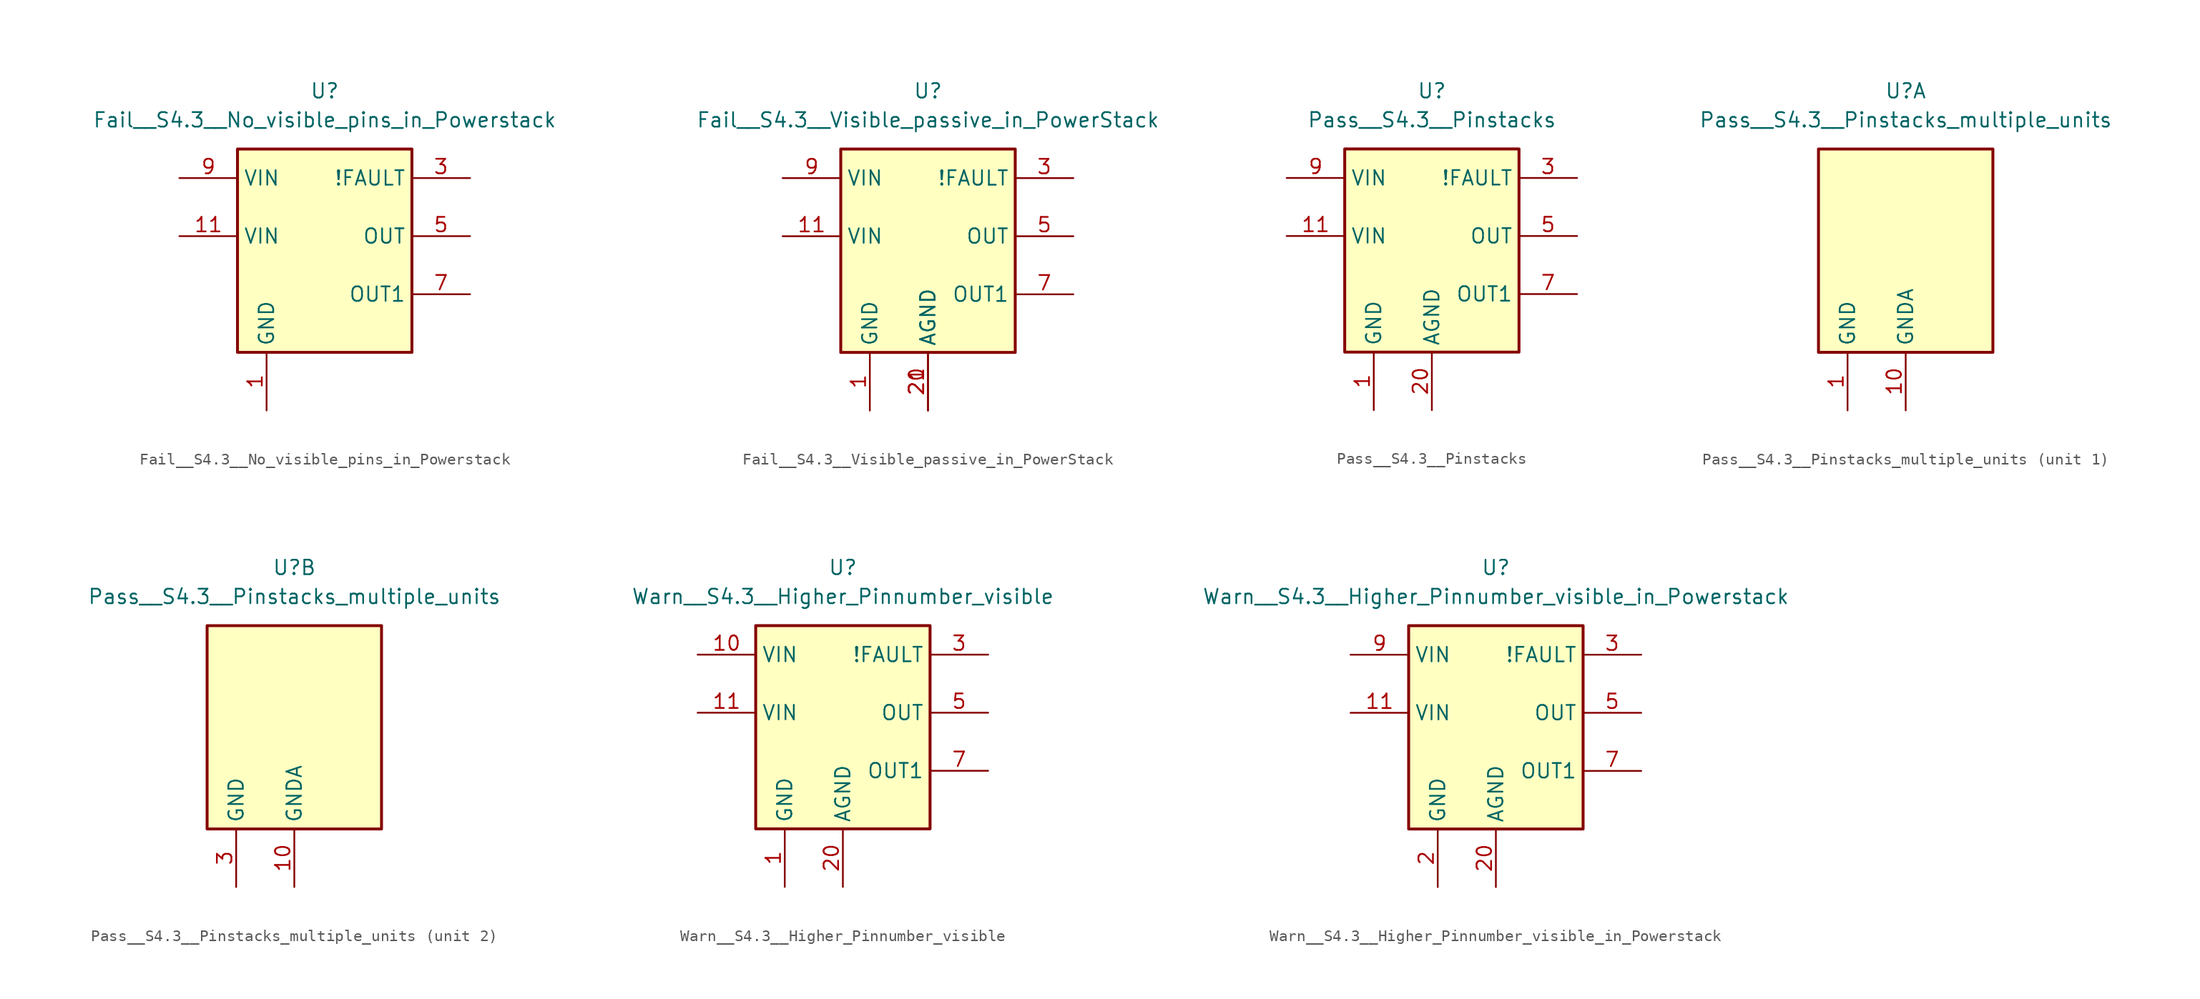
<source format=kicad_sym>
(kicad_symbol_lib
  (version 20201005)
  (generator kicad_symbol_editor)
  (symbol "CI_Test_S4.3:Fail__S4.3__No_visible_pins_in_Powerstack"
    (property "Reference" "U"
      (at 0 12.7 0)
      (effects (font (size 1.27 1.27))))
    (property "Value" "Fail__S4.3__No_visible_pins_in_Powerstack"
      (at 0 10.16 0)
      (effects (font (size 1.27 1.27))))
    (symbol "Fail__S4.3__No_visible_pins_in_Powerstack_0_1"
      (rectangle (start -7.62 7.62) (end 7.62 -10.16) (stroke (width 0.254)) (fill (type background))))
    (symbol "Fail__S4.3__No_visible_pins_in_Powerstack_1_1"
      (pin power_in line (at -5.08 -15.24 90) (length 5.08) (name "GND" (effects (font (size 1.27 1.27)))) (number "1" (effects (font (size 1.27 1.27)))))
      (pin passive line (at -5.08 -15.24 90) (length 5.08) hide (name "GND" (effects (font (size 1.27 1.27)))) (number "2" (effects (font (size 1.27 1.27)))))
      (pin open_collector line (at 12.7 5.08 180) (length 5.08) hide (name "!FAULT" (effects (font (size 1.27 1.27)))) (number "4" (effects (font (size 1.27 1.27)))))
      (pin open_collector line (at 12.7 5.08 180) (length 5.08) (name "!FAULT" (effects (font (size 1.27 1.27)))) (number "3" (effects (font (size 1.27 1.27)))))
      (pin output line (at 12.7 0 180) (length 5.08) hide (name "OUT" (effects (font (size 1.27 1.27)))) (number "6" (effects (font (size 1.27 1.27)))))
      (pin output line (at 12.7 0 180) (length 5.08) (name "OUT" (effects (font (size 1.27 1.27)))) (number "5" (effects (font (size 1.27 1.27)))))
      (pin passive line (at 12.7 -5.08 180) (length 5.08) hide (name "OUT1" (effects (font (size 1.27 1.27)))) (number "8" (effects (font (size 1.27 1.27)))))
      (pin output line (at 12.7 -5.08 180) (length 5.08) (name "OUT1" (effects (font (size 1.27 1.27)))) (number "7" (effects (font (size 1.27 1.27)))))
      (pin power_in line (at -12.7 5.08 0) (length 5.08) (name "VIN" (effects (font (size 1.27 1.27)))) (number "9" (effects (font (size 1.27 1.27)))))
      (pin power_in line (at -12.7 5.08 0) (length 5.08) hide (name "VIN" (effects (font (size 1.27 1.27)))) (number "10" (effects (font (size 1.27 1.27)))))
      (pin power_in line (at -12.7 0 0) (length 5.08) (name "VIN" (effects (font (size 1.27 1.27)))) (number "11" (effects (font (size 1.27 1.27)))))
      (pin passive line (at -12.7 0 0) (length 5.08) hide (name "VIN" (effects (font (size 1.27 1.27)))) (number "12" (effects (font (size 1.27 1.27)))))
      (pin power_in line (at 0 -15.24 90) (length 5.08) hide (name "AGND" (effects (font (size 1.27 1.27)))) (number "20" (effects (font (size 1.27 1.27)))))
      (pin passive line (at 0 -15.24 90) (length 5.08) hide (name "AGND" (effects (font (size 1.27 1.27)))) (number "21" (effects (font (size 1.27 1.27)))))
      (pin passive line (at 0 -15.24 90) (length 5.08) hide (name "AGND" (effects (font (size 1.27 1.27)))) (number "22" (effects (font (size 1.27 1.27)))))))
  (symbol "CI_Test_S4.3:Fail__S4.3__Visible_passive_in_PowerStack"
    (property "Reference" "U"
      (at 0 12.7 0)
      (effects (font (size 1.27 1.27))))
    (property "Value" "Fail__S4.3__Visible_passive_in_PowerStack"
      (at 0 10.16 0)
      (effects (font (size 1.27 1.27))))
    (symbol "Fail__S4.3__Visible_passive_in_PowerStack_0_1"
      (rectangle (start -7.62 7.62) (end 7.62 -10.16) (stroke (width 0.254)) (fill (type background))))
    (symbol "Fail__S4.3__Visible_passive_in_PowerStack_1_1"
      (pin power_in line (at -5.08 -15.24 90) (length 5.08) (name "GND" (effects (font (size 1.27 1.27)))) (number "1" (effects (font (size 1.27 1.27)))))
      (pin passive line (at -5.08 -15.24 90) (length 5.08) hide (name "GND" (effects (font (size 1.27 1.27)))) (number "2" (effects (font (size 1.27 1.27)))))
      (pin open_collector line (at 12.7 5.08 180) (length 5.08) hide (name "!FAULT" (effects (font (size 1.27 1.27)))) (number "4" (effects (font (size 1.27 1.27)))))
      (pin open_collector line (at 12.7 5.08 180) (length 5.08) (name "!FAULT" (effects (font (size 1.27 1.27)))) (number "3" (effects (font (size 1.27 1.27)))))
      (pin output line (at 12.7 0 180) (length 5.08) hide (name "OUT" (effects (font (size 1.27 1.27)))) (number "6" (effects (font (size 1.27 1.27)))))
      (pin output line (at 12.7 0 180) (length 5.08) (name "OUT" (effects (font (size 1.27 1.27)))) (number "5" (effects (font (size 1.27 1.27)))))
      (pin passive line (at 12.7 -5.08 180) (length 5.08) hide (name "OUT1" (effects (font (size 1.27 1.27)))) (number "8" (effects (font (size 1.27 1.27)))))
      (pin output line (at 12.7 -5.08 180) (length 5.08) (name "OUT1" (effects (font (size 1.27 1.27)))) (number "7" (effects (font (size 1.27 1.27)))))
      (pin power_in line (at -12.7 5.08 0) (length 5.08) (name "VIN" (effects (font (size 1.27 1.27)))) (number "9" (effects (font (size 1.27 1.27)))))
      (pin power_in line (at -12.7 5.08 0) (length 5.08) hide (name "VIN" (effects (font (size 1.27 1.27)))) (number "10" (effects (font (size 1.27 1.27)))))
      (pin power_in line (at -12.7 0 0) (length 5.08) (name "VIN" (effects (font (size 1.27 1.27)))) (number "11" (effects (font (size 1.27 1.27)))))
      (pin passive line (at -12.7 0 0) (length 5.08) hide (name "VIN" (effects (font (size 1.27 1.27)))) (number "12" (effects (font (size 1.27 1.27)))))
      (pin power_in line (at 0 -15.24 90) (length 5.08) (name "AGND" (effects (font (size 1.27 1.27)))) (number "20" (effects (font (size 1.27 1.27)))))
      (pin passive line (at 0 -15.24 90) (length 5.08) (name "AGND" (effects (font (size 1.27 1.27)))) (number "21" (effects (font (size 1.27 1.27)))))
      (pin passive line (at 0 -15.24 90) (length 5.08) hide (name "AGND" (effects (font (size 1.27 1.27)))) (number "22" (effects (font (size 1.27 1.27)))))))
  (symbol "CI_Test_S4.3:Pass__S4.3__Pinstacks"
    (property "Reference" "U"
      (at 0 12.7 0)
      (effects (font (size 1.27 1.27))))
    (property "Value" "Pass__S4.3__Pinstacks"
      (at 0 10.16 0)
      (effects (font (size 1.27 1.27))))
    (symbol "Pass__S4.3__Pinstacks_0_1"
      (rectangle (start -7.62 7.62) (end 7.62 -10.16) (stroke (width 0.254)) (fill (type background))))
    (symbol "Pass__S4.3__Pinstacks_1_1"
      (pin power_in line (at -5.08 -15.24 90) (length 5.08) (name "GND" (effects (font (size 1.27 1.27)))) (number "1" (effects (font (size 1.27 1.27)))))
      (pin passive line (at -5.08 -15.24 90) (length 5.08) hide (name "GND" (effects (font (size 1.27 1.27)))) (number "2" (effects (font (size 1.27 1.27)))))
      (pin open_collector line (at 12.7 5.08 180) (length 5.08) hide (name "!FAULT" (effects (font (size 1.27 1.27)))) (number "4" (effects (font (size 1.27 1.27)))))
      (pin open_collector line (at 12.7 5.08 180) (length 5.08) (name "!FAULT" (effects (font (size 1.27 1.27)))) (number "3" (effects (font (size 1.27 1.27)))))
      (pin output line (at 12.7 0 180) (length 5.08) hide (name "OUT" (effects (font (size 1.27 1.27)))) (number "6" (effects (font (size 1.27 1.27)))))
      (pin output line (at 12.7 0 180) (length 5.08) (name "OUT" (effects (font (size 1.27 1.27)))) (number "5" (effects (font (size 1.27 1.27)))))
      (pin passive line (at 12.7 -5.08 180) (length 5.08) hide (name "OUT1" (effects (font (size 1.27 1.27)))) (number "8" (effects (font (size 1.27 1.27)))))
      (pin output line (at 12.7 -5.08 180) (length 5.08) (name "OUT1" (effects (font (size 1.27 1.27)))) (number "7" (effects (font (size 1.27 1.27)))))
      (pin power_in line (at -12.7 5.08 0) (length 5.08) (name "VIN" (effects (font (size 1.27 1.27)))) (number "9" (effects (font (size 1.27 1.27)))))
      (pin power_in line (at -12.7 5.08 0) (length 5.08) hide (name "VIN" (effects (font (size 1.27 1.27)))) (number "10" (effects (font (size 1.27 1.27)))))
      (pin power_in line (at -12.7 0 0) (length 5.08) (name "VIN" (effects (font (size 1.27 1.27)))) (number "11" (effects (font (size 1.27 1.27)))))
      (pin passive line (at -12.7 0 0) (length 5.08) hide (name "VIN" (effects (font (size 1.27 1.27)))) (number "12" (effects (font (size 1.27 1.27)))))
      (pin power_in line (at 0 -15.24 90) (length 5.08) (name "AGND" (effects (font (size 1.27 1.27)))) (number "20" (effects (font (size 1.27 1.27)))))
      (pin passive line (at 0 -15.24 90) (length 5.08) hide (name "AGND" (effects (font (size 1.27 1.27)))) (number "21" (effects (font (size 1.27 1.27)))))
      (pin passive line (at 0 -15.24 90) (length 5.08) hide (name "AGND" (effects (font (size 1.27 1.27)))) (number "22" (effects (font (size 1.27 1.27)))))))
  (symbol "CI_Test_S4.3:Pass__S4.3__Pinstacks_multiple_units"
    (property "Reference" "U"
      (at 0 12.7 0)
      (effects (font (size 1.27 1.27))))
    (property "Value" "Pass__S4.3__Pinstacks_multiple_units"
      (at 0 10.16 0)
      (effects (font (size 1.27 1.27))))
    (property "ki_locked" ""
      (at 0 0 0)
      (effects (font (size 1.27 1.27))))
    (symbol "Pass__S4.3__Pinstacks_multiple_units_0_1"
      (rectangle (start -7.62 7.62) (end 7.62 -10.16) (stroke (width 0.254)) (fill (type background)))
      (pin power_in line (at 0 -15.24 90) (length 5.08) (name "GNDA" (effects (font (size 1.27 1.27)))) (number "10" (effects (font (size 1.27 1.27))))))
    (symbol "Pass__S4.3__Pinstacks_multiple_units_1_1"
      (pin power_in line (at -5.08 -15.24 90) (length 5.08) (name "GND" (effects (font (size 1.27 1.27)))) (number "1" (effects (font (size 1.27 1.27)))))
      (pin passive line (at -5.08 -15.24 90) (length 5.08) hide (name "GND" (effects (font (size 1.27 1.27)))) (number "2" (effects (font (size 1.27 1.27)))))
      (pin power_in line (at 0 -15.24 90) (length 5.08) hide (name "GNDA" (effects (font (size 1.27 1.27)))) (number "11" (effects (font (size 1.27 1.27))))))
    (symbol "Pass__S4.3__Pinstacks_multiple_units_2_1"
      (pin power_in line (at -5.08 -15.24 90) (length 5.08) (name "GND" (effects (font (size 1.27 1.27)))) (number "3" (effects (font (size 1.27 1.27)))))
      (pin passive line (at -5.08 -15.24 90) (length 5.08) hide (name "GND" (effects (font (size 1.27 1.27)))) (number "4" (effects (font (size 1.27 1.27)))))
      (pin passive line (at 0 -15.24 90) (length 5.08) hide (name "GNDA" (effects (font (size 1.27 1.27)))) (number "12" (effects (font (size 1.27 1.27)))))))
  (symbol "CI_Test_S4.3:Warn__S4.3__Higher_Pinnumber_visible"
    (property "Reference" "U"
      (at 0 12.7 0)
      (effects (font (size 1.27 1.27))))
    (property "Value" "Warn__S4.3__Higher_Pinnumber_visible"
      (at 0 10.16 0)
      (effects (font (size 1.27 1.27))))
    (symbol "Warn__S4.3__Higher_Pinnumber_visible_0_1"
      (rectangle (start -7.62 7.62) (end 7.62 -10.16) (stroke (width 0.254)) (fill (type background))))
    (symbol "Warn__S4.3__Higher_Pinnumber_visible_1_1"
      (pin power_in line (at -5.08 -15.24 90) (length 5.08) (name "GND" (effects (font (size 1.27 1.27)))) (number "1" (effects (font (size 1.27 1.27)))))
      (pin passive line (at -5.08 -15.24 90) (length 5.08) hide (name "GND" (effects (font (size 1.27 1.27)))) (number "2" (effects (font (size 1.27 1.27)))))
      (pin open_collector line (at 12.7 5.08 180) (length 5.08) hide (name "!FAULT" (effects (font (size 1.27 1.27)))) (number "4" (effects (font (size 1.27 1.27)))))
      (pin open_collector line (at 12.7 5.08 180) (length 5.08) (name "!FAULT" (effects (font (size 1.27 1.27)))) (number "3" (effects (font (size 1.27 1.27)))))
      (pin output line (at 12.7 0 180) (length 5.08) hide (name "OUT" (effects (font (size 1.27 1.27)))) (number "6" (effects (font (size 1.27 1.27)))))
      (pin output line (at 12.7 0 180) (length 5.08) (name "OUT" (effects (font (size 1.27 1.27)))) (number "5" (effects (font (size 1.27 1.27)))))
      (pin passive line (at 12.7 -5.08 180) (length 5.08) hide (name "OUT1" (effects (font (size 1.27 1.27)))) (number "8" (effects (font (size 1.27 1.27)))))
      (pin output line (at 12.7 -5.08 180) (length 5.08) (name "OUT1" (effects (font (size 1.27 1.27)))) (number "7" (effects (font (size 1.27 1.27)))))
      (pin power_in line (at -12.7 5.08 0) (length 5.08) hide (name "VIN" (effects (font (size 1.27 1.27)))) (number "9" (effects (font (size 1.27 1.27)))))
      (pin power_in line (at -12.7 5.08 0) (length 5.08) (name "VIN" (effects (font (size 1.27 1.27)))) (number "10" (effects (font (size 1.27 1.27)))))
      (pin power_in line (at -12.7 0 0) (length 5.08) (name "VIN" (effects (font (size 1.27 1.27)))) (number "11" (effects (font (size 1.27 1.27)))))
      (pin passive line (at -12.7 0 0) (length 5.08) hide (name "VIN" (effects (font (size 1.27 1.27)))) (number "12" (effects (font (size 1.27 1.27)))))
      (pin power_in line (at 0 -15.24 90) (length 5.08) (name "AGND" (effects (font (size 1.27 1.27)))) (number "20" (effects (font (size 1.27 1.27)))))
      (pin passive line (at 0 -15.24 90) (length 5.08) hide (name "AGND" (effects (font (size 1.27 1.27)))) (number "21" (effects (font (size 1.27 1.27)))))
      (pin passive line (at 0 -15.24 90) (length 5.08) hide (name "AGND" (effects (font (size 1.27 1.27)))) (number "22" (effects (font (size 1.27 1.27)))))))
  (symbol "CI_Test_S4.3:Warn__S4.3__Higher_Pinnumber_visible_in_Powerstack"
    (property "Reference" "U"
      (at 0 12.7 0)
      (effects (font (size 1.27 1.27))))
    (property "Value" "Warn__S4.3__Higher_Pinnumber_visible_in_Powerstack"
      (at 0 10.16 0)
      (effects (font (size 1.27 1.27))))
    (symbol "Warn__S4.3__Higher_Pinnumber_visible_in_Powerstack_0_1"
      (rectangle (start -7.62 7.62) (end 7.62 -10.16) (stroke (width 0.254)) (fill (type background))))
    (symbol "Warn__S4.3__Higher_Pinnumber_visible_in_Powerstack_1_1"
      (pin passive line (at -5.08 -15.24 90) (length 5.08) hide (name "GND" (effects (font (size 1.27 1.27)))) (number "1" (effects (font (size 1.27 1.27)))))
      (pin power_in line (at -5.08 -15.24 90) (length 5.08) (name "GND" (effects (font (size 1.27 1.27)))) (number "2" (effects (font (size 1.27 1.27)))))
      (pin open_collector line (at 12.7 5.08 180) (length 5.08) hide (name "!FAULT" (effects (font (size 1.27 1.27)))) (number "4" (effects (font (size 1.27 1.27)))))
      (pin open_collector line (at 12.7 5.08 180) (length 5.08) (name "!FAULT" (effects (font (size 1.27 1.27)))) (number "3" (effects (font (size 1.27 1.27)))))
      (pin output line (at 12.7 0 180) (length 5.08) hide (name "OUT" (effects (font (size 1.27 1.27)))) (number "6" (effects (font (size 1.27 1.27)))))
      (pin output line (at 12.7 0 180) (length 5.08) (name "OUT" (effects (font (size 1.27 1.27)))) (number "5" (effects (font (size 1.27 1.27)))))
      (pin passive line (at 12.7 -5.08 180) (length 5.08) hide (name "OUT1" (effects (font (size 1.27 1.27)))) (number "8" (effects (font (size 1.27 1.27)))))
      (pin output line (at 12.7 -5.08 180) (length 5.08) (name "OUT1" (effects (font (size 1.27 1.27)))) (number "7" (effects (font (size 1.27 1.27)))))
      (pin power_in line (at -12.7 5.08 0) (length 5.08) (name "VIN" (effects (font (size 1.27 1.27)))) (number "9" (effects (font (size 1.27 1.27)))))
      (pin power_in line (at -12.7 5.08 0) (length 5.08) hide (name "VIN" (effects (font (size 1.27 1.27)))) (number "10" (effects (font (size 1.27 1.27)))))
      (pin power_in line (at -12.7 0 0) (length 5.08) (name "VIN" (effects (font (size 1.27 1.27)))) (number "11" (effects (font (size 1.27 1.27)))))
      (pin passive line (at -12.7 0 0) (length 5.08) hide (name "VIN" (effects (font (size 1.27 1.27)))) (number "12" (effects (font (size 1.27 1.27)))))
      (pin power_in line (at 0 -15.24 90) (length 5.08) (name "AGND" (effects (font (size 1.27 1.27)))) (number "20" (effects (font (size 1.27 1.27)))))
      (pin passive line (at 0 -15.24 90) (length 5.08) hide (name "AGND" (effects (font (size 1.27 1.27)))) (number "21" (effects (font (size 1.27 1.27)))))
      (pin passive line (at 0 -15.24 90) (length 5.08) hide (name "AGND" (effects (font (size 1.27 1.27)))) (number "22" (effects (font (size 1.27 1.27))))))))
</source>
